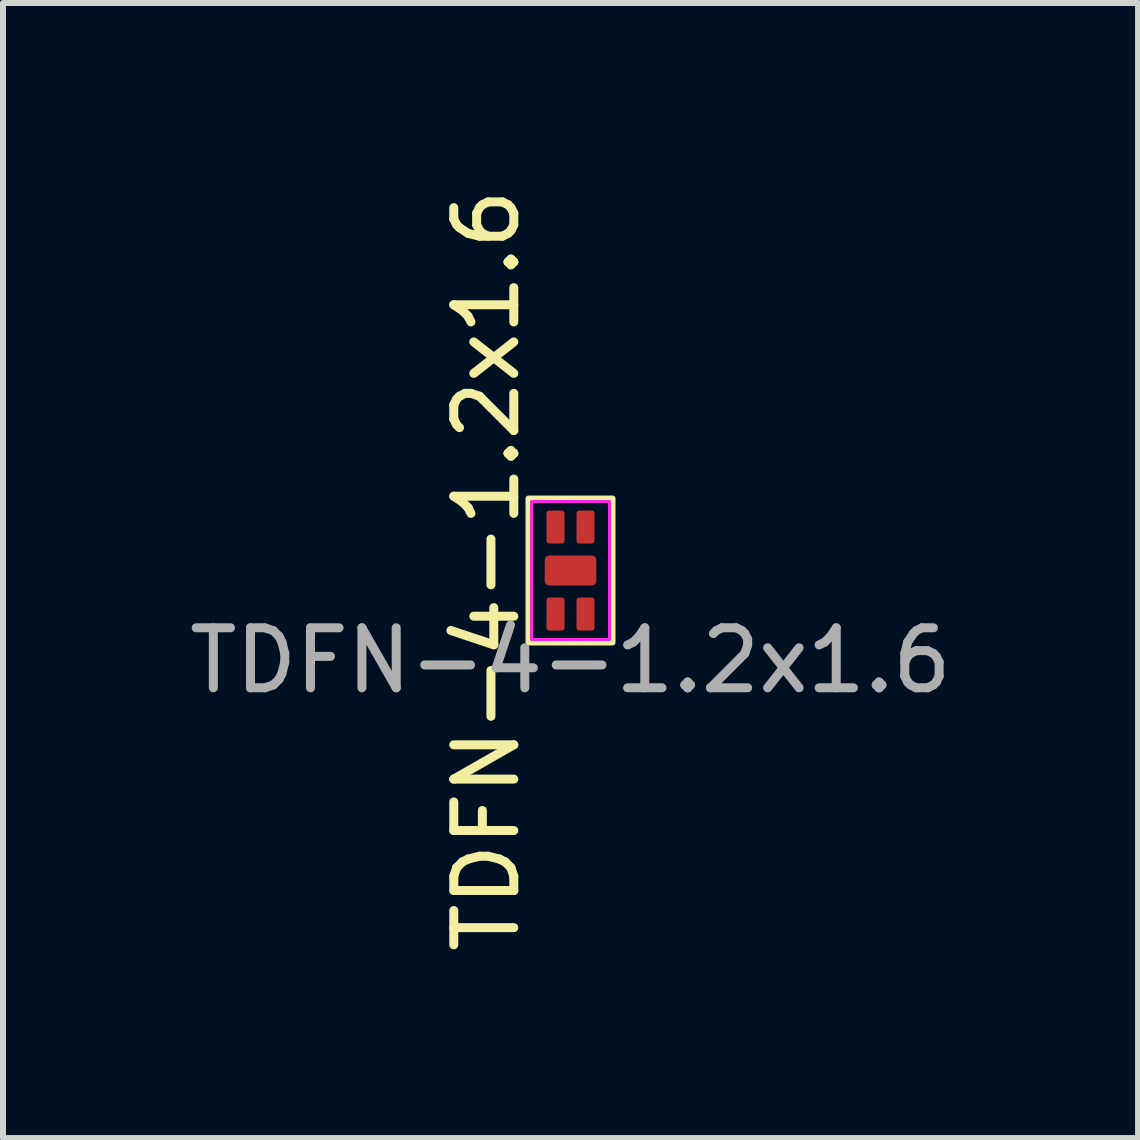
<source format=kicad_pcb>
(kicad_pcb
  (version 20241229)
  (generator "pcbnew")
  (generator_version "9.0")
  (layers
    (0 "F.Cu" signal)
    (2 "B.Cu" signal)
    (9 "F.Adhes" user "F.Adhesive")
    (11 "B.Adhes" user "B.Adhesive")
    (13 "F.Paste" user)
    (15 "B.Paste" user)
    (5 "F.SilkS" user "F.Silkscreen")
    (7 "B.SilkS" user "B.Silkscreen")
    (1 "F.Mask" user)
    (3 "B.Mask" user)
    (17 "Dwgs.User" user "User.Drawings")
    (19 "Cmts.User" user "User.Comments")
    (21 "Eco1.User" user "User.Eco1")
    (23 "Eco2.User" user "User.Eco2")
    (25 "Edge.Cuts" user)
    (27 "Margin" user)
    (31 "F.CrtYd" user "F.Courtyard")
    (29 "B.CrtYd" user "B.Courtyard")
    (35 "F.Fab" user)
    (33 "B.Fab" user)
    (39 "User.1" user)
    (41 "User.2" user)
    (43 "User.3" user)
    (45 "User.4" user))
  (footprint "TDFN-4-1.2x1.6"
    (layer "F.Cu")
    (at 6.458 6.458)
    (property "Reference" "TDFN-4-1.2x1.6" (at -1.4 0 90) (unlocked yes) (layer "F.SilkS") (effects (font (size 1 1) (thickness 0.15))))
    (attr smd)
    (fp_rect (start -0.7 -1.2) (end 0.7 1.2) (stroke (width 0.1) (type solid)) (fill no) (layer "F.SilkS"))
    (fp_rect (start -0.65 -1.15) (end 0.65 1.15) (stroke (width 0.05) (type default)) (fill no) (layer "F.CrtYd"))
    (fp_text user "${REFERENCE}" (at 0 1.5 0) (unlocked yes) (layer "F.Fab") (effects (font (size 1 1) (thickness 0.15))))
    (pad "1" smd roundrect (at -0.25 0.725) (size 0.3 0.55) (layers "F.Cu" "F.Mask" "F.Paste") (roundrect_rratio 0.15))
    (pad "2" smd roundrect (at 0.25 0.725) (size 0.3 0.55) (layers "F.Cu" "F.Mask" "F.Paste") (roundrect_rratio 0.15))
    (pad "3" smd roundrect (at 0.25 -0.725) (size 0.3 0.55) (layers "F.Cu" "F.Mask" "F.Paste") (roundrect_rratio 0.15))
    (pad "4" smd roundrect (at -0.25 -0.725) (size 0.3 0.55) (layers "F.Cu" "F.Mask" "F.Paste") (roundrect_rratio 0.15))
    (pad "5" smd roundrect (at 0 0) (size 0.86 0.5) (layers "F.Cu" "F.Mask" "F.Paste") (roundrect_rratio 0.15)))
  (gr_rect
    (start -3 -3)
    (end 15.917 15.917)
    (stroke (width 0.1) (type default))
    (fill no)
    (layer "Edge.Cuts")))
</source>
